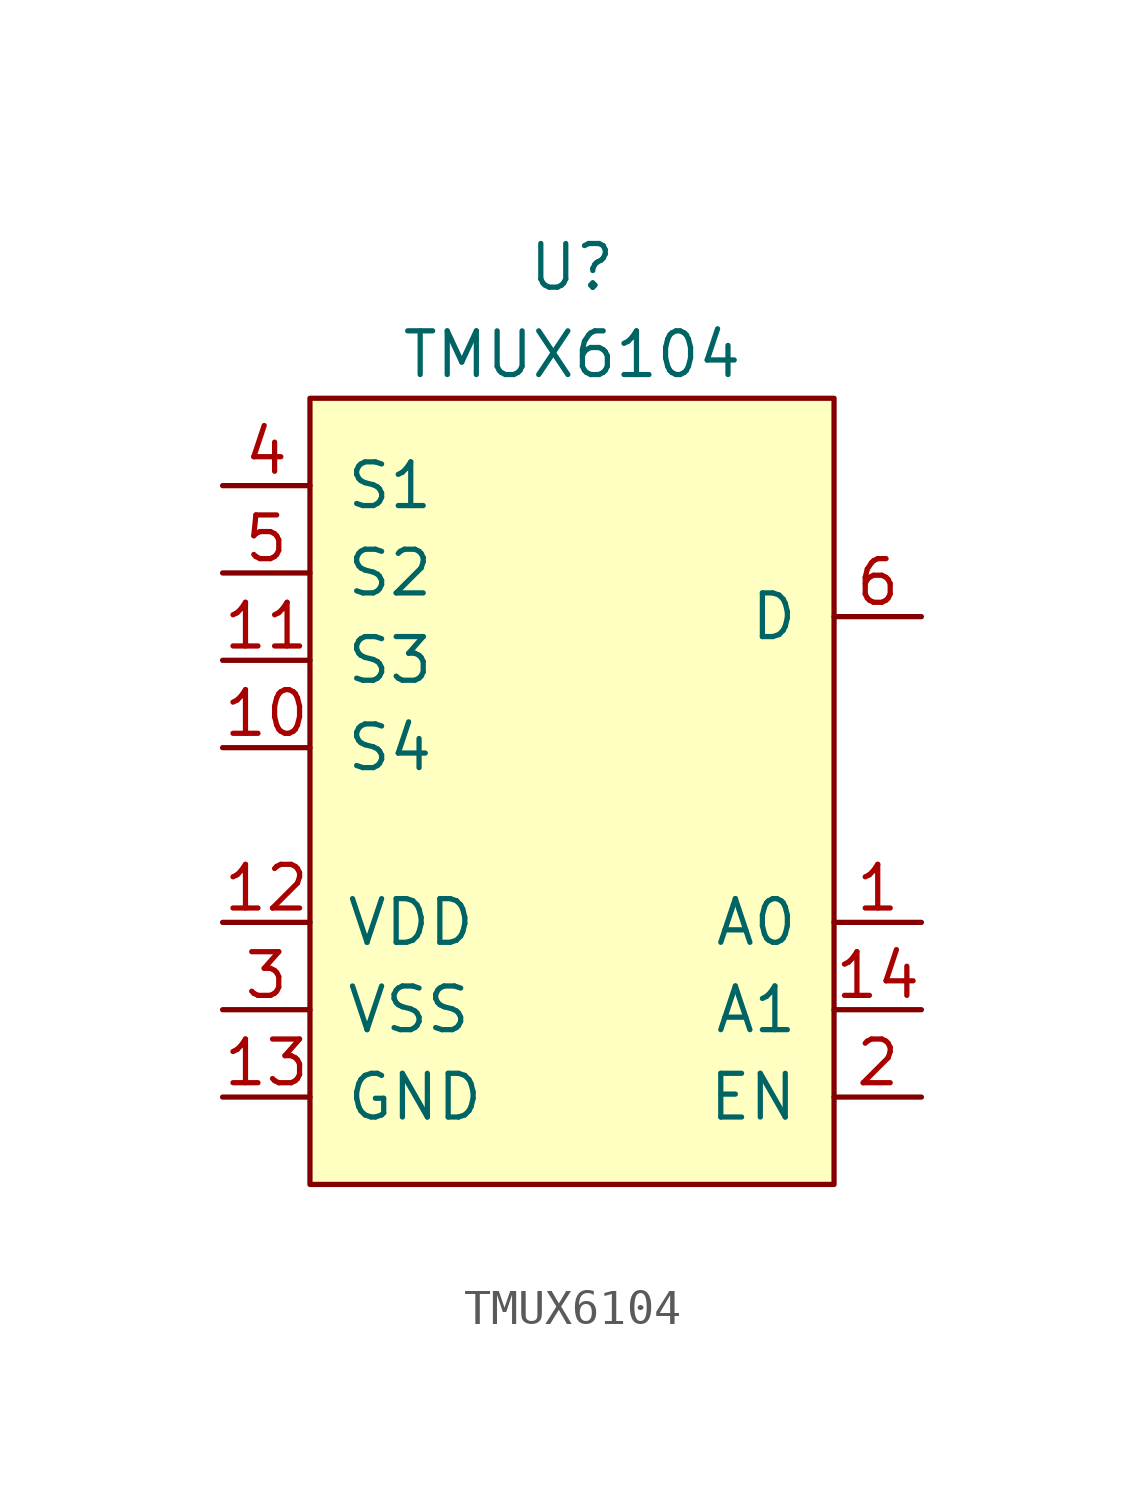
<source format=kicad_sym>
(kicad_symbol_lib
  (version 20220914)
  (generator kicad_symbol_editor)
  (symbol "TMUX6104"
    (pin_names
      (offset 1.016))
    (property "Reference" "U"
      (at 0 15.24 0)
      (effects (font (size 1.27 1.27))))
    (property "Value" "TMUX6104"
      (at 0 12.7 0)
      (effects (font (size 1.27 1.27))))
    (symbol "TMUX6104_0_1"
      (rectangle (start -7.62 11.43) (end 7.62 -11.43) (stroke (width 0) (type default)) (fill (type background))))
    (symbol "TMUX6104_1_1"
      (pin input line (at 10.16 -3.81 180) (length 2.54) (name "A0" (effects (font (size 1.27 1.27)))) (number "1" (effects (font (size 1.27 1.27)))))
      (pin bidirectional line (at -10.16 1.27 0) (length 2.54) (name "S4" (effects (font (size 1.27 1.27)))) (number "10" (effects (font (size 1.27 1.27)))))
      (pin bidirectional line (at -10.16 3.81 0) (length 2.54) (name "S3" (effects (font (size 1.27 1.27)))) (number "11" (effects (font (size 1.27 1.27)))))
      (pin passive line (at -10.16 -3.81 0) (length 2.54) (name "VDD" (effects (font (size 1.27 1.27)))) (number "12" (effects (font (size 1.27 1.27)))))
      (pin passive line (at -10.16 -8.89 0) (length 2.54) (name "GND" (effects (font (size 1.27 1.27)))) (number "13" (effects (font (size 1.27 1.27)))))
      (pin input line (at 10.16 -6.35 180) (length 2.54) (name "A1" (effects (font (size 1.27 1.27)))) (number "14" (effects (font (size 1.27 1.27)))))
      (pin input line (at 10.16 -8.89 180) (length 2.54) (name "EN" (effects (font (size 1.27 1.27)))) (number "2" (effects (font (size 1.27 1.27)))))
      (pin passive line (at -10.16 -6.35 0) (length 2.54) (name "VSS" (effects (font (size 1.27 1.27)))) (number "3" (effects (font (size 1.27 1.27)))))
      (pin bidirectional line (at -10.16 8.89 0) (length 2.54) (name "S1" (effects (font (size 1.27 1.27)))) (number "4" (effects (font (size 1.27 1.27)))))
      (pin bidirectional line (at -10.16 6.35 0) (length 2.54) (name "S2" (effects (font (size 1.27 1.27)))) (number "5" (effects (font (size 1.27 1.27)))))
      (pin bidirectional line (at 10.16 5.08 180) (length 2.54) (name "D" (effects (font (size 1.27 1.27)))) (number "6" (effects (font (size 1.27 1.27)))))
      (pin no_connect non_logic (at -2.54 11.43 90) (length 0) hide (name "NC" (effects (font (size 1.27 1.27)))) (number "7" (effects (font (size 1.27 1.27)))))
      (pin no_connect non_logic (at 0 11.43 90) (length 0) hide (name "NC" (effects (font (size 1.27 1.27)))) (number "8" (effects (font (size 1.27 1.27)))))
      (pin no_connect non_logic (at 2.54 11.43 90) (length 0) hide (name "NC" (effects (font (size 1.27 1.27)))) (number "9" (effects (font (size 1.27 1.27))))))))
</source>
